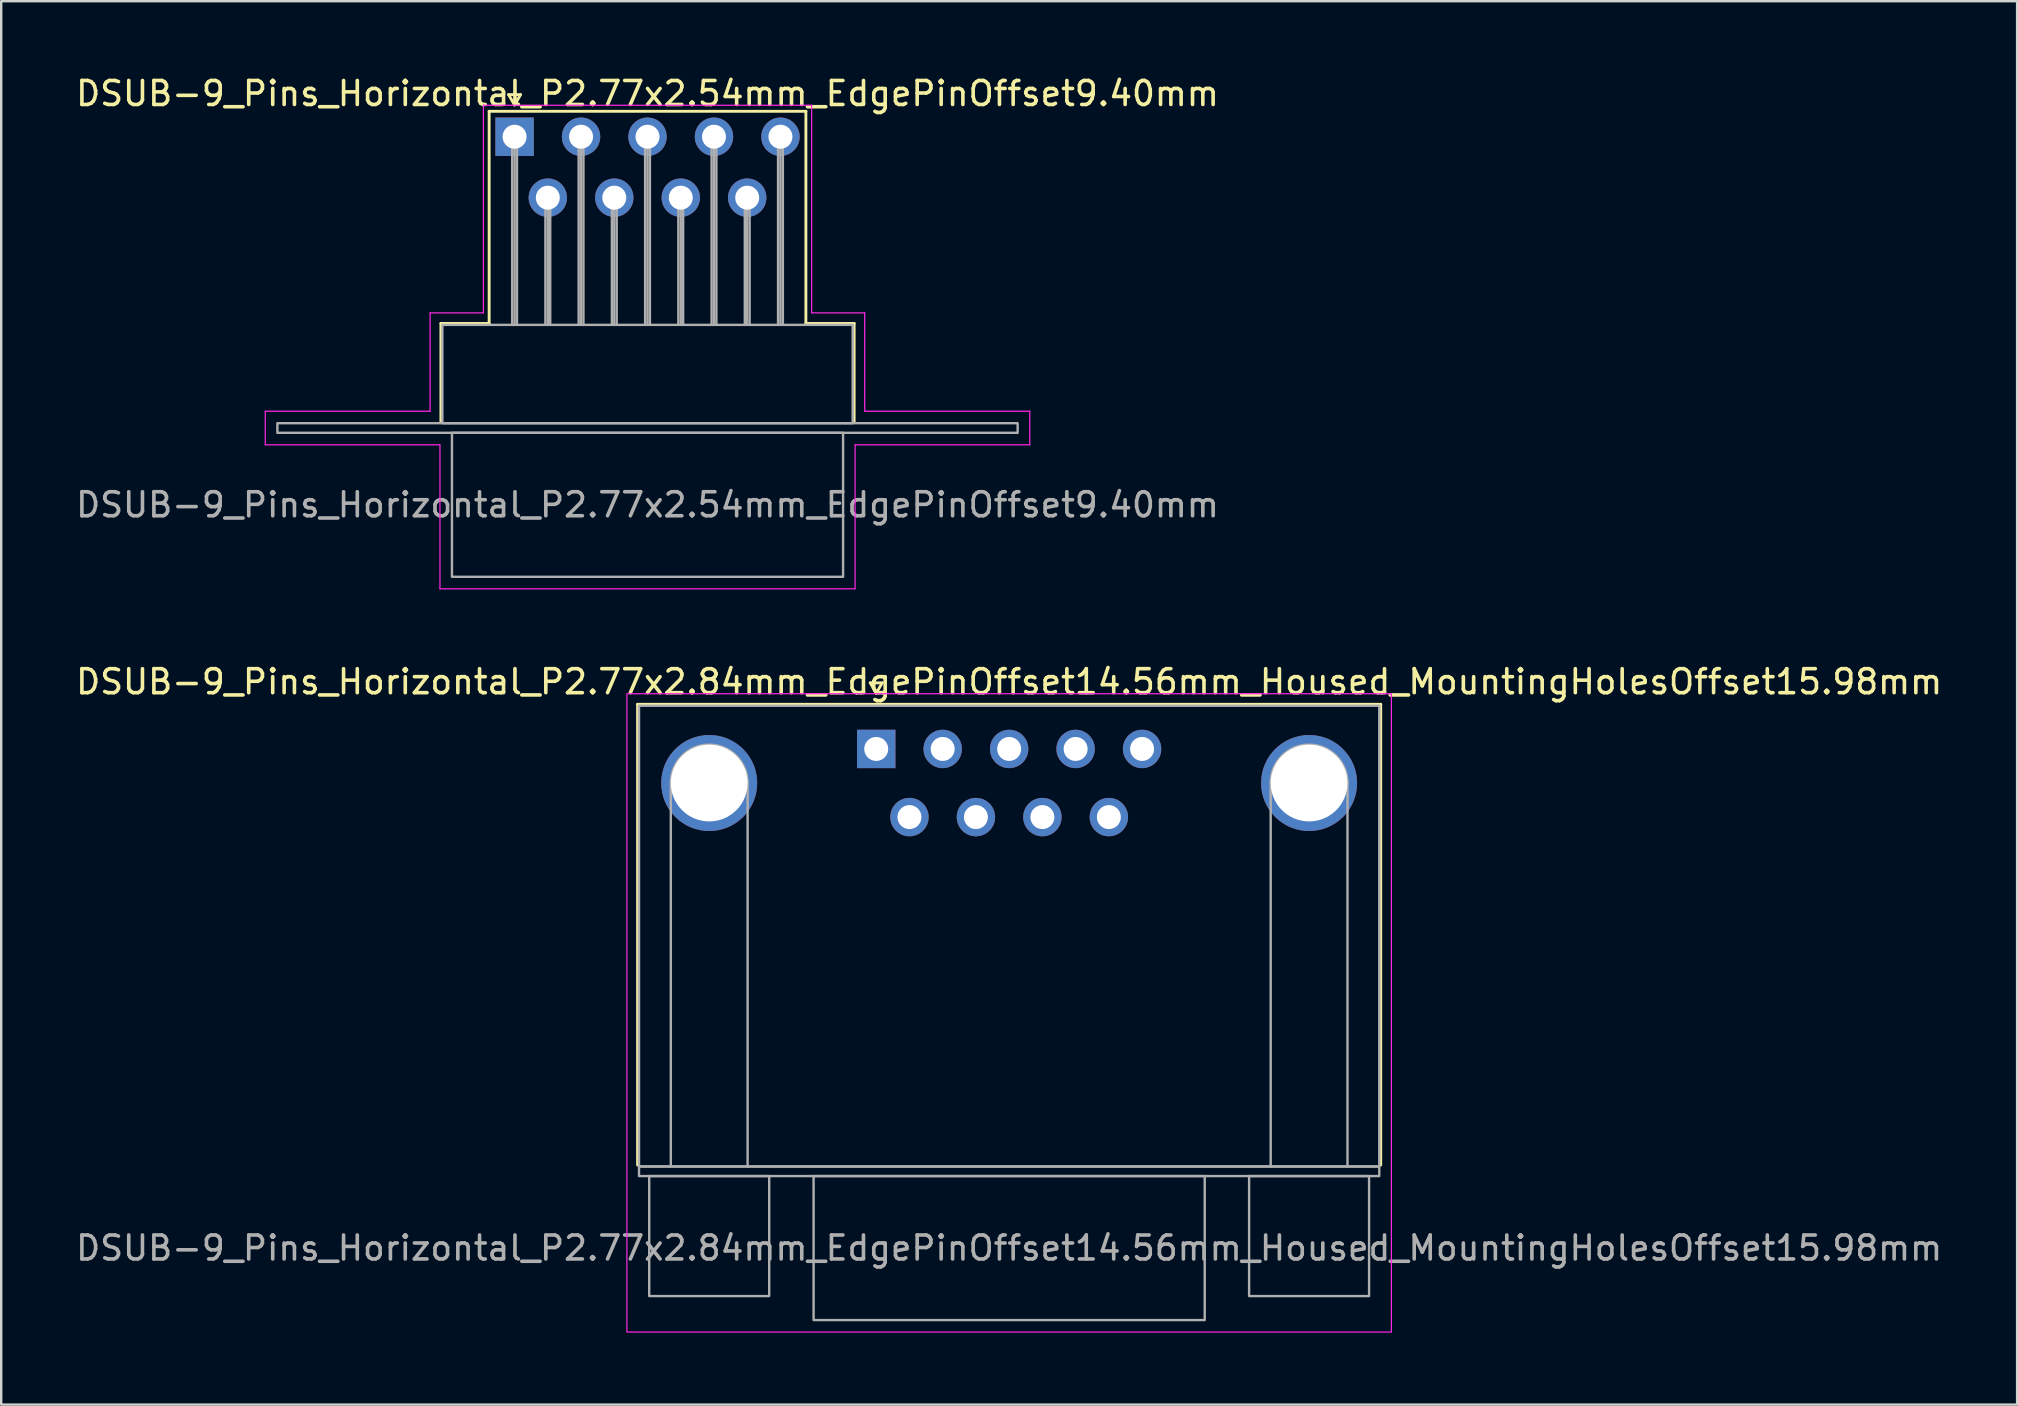
<source format=kicad_pcb>
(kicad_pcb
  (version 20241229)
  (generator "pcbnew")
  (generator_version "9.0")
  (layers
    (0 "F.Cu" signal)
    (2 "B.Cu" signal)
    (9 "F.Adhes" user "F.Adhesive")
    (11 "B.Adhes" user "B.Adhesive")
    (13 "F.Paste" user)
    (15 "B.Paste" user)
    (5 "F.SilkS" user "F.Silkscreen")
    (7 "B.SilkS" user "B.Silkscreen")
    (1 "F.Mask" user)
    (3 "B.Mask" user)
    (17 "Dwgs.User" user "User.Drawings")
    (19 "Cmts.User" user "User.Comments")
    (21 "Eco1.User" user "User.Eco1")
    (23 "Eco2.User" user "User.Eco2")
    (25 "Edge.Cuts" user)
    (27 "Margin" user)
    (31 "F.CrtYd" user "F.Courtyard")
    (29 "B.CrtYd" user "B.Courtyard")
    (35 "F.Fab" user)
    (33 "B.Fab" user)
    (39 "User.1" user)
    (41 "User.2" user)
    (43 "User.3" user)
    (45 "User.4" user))
  (footprint "DSUB-9_Pins_Horizontal_P2.77x2.54mm_EdgePinOffset9.40mm"
    (layer "F.Cu")
    (at 18.395 2.648)
    (property "Reference" "DSUB-9_Pins_Horizontal_P2.77x2.54mm_EdgePinOffset9.40mm" (at 5.54 -1.8 0) (layer "F.SilkS") (effects (font (size 1 1) (thickness 0.15))))
    (attr through_hole)
    (fp_line (start -3.07 7.78) (end -1.06 7.78) (stroke (width 0.12) (type solid)) (layer "F.SilkS"))
    (fp_line (start -3.07 11.88) (end -3.07 7.78) (stroke (width 0.12) (type solid)) (layer "F.SilkS"))
    (fp_line (start -1.06 -1.06) (end 12.14 -1.06) (stroke (width 0.12) (type solid)) (layer "F.SilkS"))
    (fp_line (start -1.06 7.78) (end -1.06 -1.06) (stroke (width 0.12) (type solid)) (layer "F.SilkS"))
    (fp_line (start -0.25 -1.754) (end 0.25 -1.754) (stroke (width 0.12) (type solid)) (layer "F.SilkS"))
    (fp_line (start 0 -1.321) (end -0.25 -1.754) (stroke (width 0.12) (type solid)) (layer "F.SilkS"))
    (fp_line (start 0.25 -1.754) (end 0 -1.321) (stroke (width 0.12) (type solid)) (layer "F.SilkS"))
    (fp_line (start 12.14 -1.06) (end 12.14 7.78) (stroke (width 0.12) (type solid)) (layer "F.SilkS"))
    (fp_line (start 12.14 7.78) (end 14.15 7.78) (stroke (width 0.12) (type solid)) (layer "F.SilkS"))
    (fp_line (start 14.15 7.78) (end 14.15 11.88) (stroke (width 0.12) (type solid)) (layer "F.SilkS"))
    (fp_line (start -10.39 11.44) (end -3.52 11.44) (stroke (width 0.05) (type solid)) (layer "F.CrtYd"))
    (fp_line (start -10.39 12.84) (end -10.39 11.44) (stroke (width 0.05) (type solid)) (layer "F.CrtYd"))
    (fp_line (start -3.52 7.34) (end -1.3 7.34) (stroke (width 0.05) (type solid)) (layer "F.CrtYd"))
    (fp_line (start -3.52 11.44) (end -3.52 7.34) (stroke (width 0.05) (type solid)) (layer "F.CrtYd"))
    (fp_line (start -3.11 12.84) (end -10.39 12.84) (stroke (width 0.05) (type solid)) (layer "F.CrtYd"))
    (fp_line (start -3.11 18.84) (end -3.11 12.84) (stroke (width 0.05) (type solid)) (layer "F.CrtYd"))
    (fp_line (start -1.3 -1.31) (end 12.38 -1.31) (stroke (width 0.05) (type solid)) (layer "F.CrtYd"))
    (fp_line (start -1.3 7.34) (end -1.3 -1.31) (stroke (width 0.05) (type solid)) (layer "F.CrtYd"))
    (fp_line (start 12.38 -1.31) (end 12.38 7.34) (stroke (width 0.05) (type solid)) (layer "F.CrtYd"))
    (fp_line (start 12.38 7.34) (end 14.59 7.34) (stroke (width 0.05) (type solid)) (layer "F.CrtYd"))
    (fp_line (start 14.19 12.84) (end 14.19 18.84) (stroke (width 0.05) (type solid)) (layer "F.CrtYd"))
    (fp_line (start 14.19 18.84) (end -3.11 18.84) (stroke (width 0.05) (type solid)) (layer "F.CrtYd"))
    (fp_line (start 14.59 7.34) (end 14.59 11.44) (stroke (width 0.05) (type solid)) (layer "F.CrtYd"))
    (fp_line (start 14.59 11.44) (end 21.47 11.44) (stroke (width 0.05) (type solid)) (layer "F.CrtYd"))
    (fp_line (start 21.47 11.44) (end 21.47 12.84) (stroke (width 0.05) (type solid)) (layer "F.CrtYd"))
    (fp_line (start 21.47 12.84) (end 14.19 12.84) (stroke (width 0.05) (type solid)) (layer "F.CrtYd"))
    (fp_line (start -0.1 0) (end -0.1 7.84) (stroke (width 0.1) (type solid)) (layer "F.Fab"))
    (fp_line (start 0 0) (end 0 7.84) (stroke (width 0.1) (type solid)) (layer "F.Fab"))
    (fp_line (start 0.1 0) (end 0.1 7.84) (stroke (width 0.1) (type solid)) (layer "F.Fab"))
    (fp_line (start 1.285 2.54) (end 1.285 7.84) (stroke (width 0.1) (type solid)) (layer "F.Fab"))
    (fp_line (start 1.385 2.54) (end 1.385 7.84) (stroke (width 0.1) (type solid)) (layer "F.Fab"))
    (fp_line (start 1.485 2.54) (end 1.485 7.84) (stroke (width 0.1) (type solid)) (layer "F.Fab"))
    (fp_line (start 2.67 0) (end 2.67 7.84) (stroke (width 0.1) (type solid)) (layer "F.Fab"))
    (fp_line (start 2.77 0) (end 2.77 7.84) (stroke (width 0.1) (type solid)) (layer "F.Fab"))
    (fp_line (start 2.87 0) (end 2.87 7.84) (stroke (width 0.1) (type solid)) (layer "F.Fab"))
    (fp_line (start 4.055 2.54) (end 4.055 7.84) (stroke (width 0.1) (type solid)) (layer "F.Fab"))
    (fp_line (start 4.155 2.54) (end 4.155 7.84) (stroke (width 0.1) (type solid)) (layer "F.Fab"))
    (fp_line (start 4.255 2.54) (end 4.255 7.84) (stroke (width 0.1) (type solid)) (layer "F.Fab"))
    (fp_line (start 5.44 0) (end 5.44 7.84) (stroke (width 0.1) (type solid)) (layer "F.Fab"))
    (fp_line (start 5.54 0) (end 5.54 7.84) (stroke (width 0.1) (type solid)) (layer "F.Fab"))
    (fp_line (start 5.64 0) (end 5.64 7.84) (stroke (width 0.1) (type solid)) (layer "F.Fab"))
    (fp_line (start 6.825 2.54) (end 6.825 7.84) (stroke (width 0.1) (type solid)) (layer "F.Fab"))
    (fp_line (start 6.925 2.54) (end 6.925 7.84) (stroke (width 0.1) (type solid)) (layer "F.Fab"))
    (fp_line (start 7.025 2.54) (end 7.025 7.84) (stroke (width 0.1) (type solid)) (layer "F.Fab"))
    (fp_line (start 8.21 0) (end 8.21 7.84) (stroke (width 0.1) (type solid)) (layer "F.Fab"))
    (fp_line (start 8.31 0) (end 8.31 7.84) (stroke (width 0.1) (type solid)) (layer "F.Fab"))
    (fp_line (start 8.41 0) (end 8.41 7.84) (stroke (width 0.1) (type solid)) (layer "F.Fab"))
    (fp_line (start 9.595 2.54) (end 9.595 7.84) (stroke (width 0.1) (type solid)) (layer "F.Fab"))
    (fp_line (start 9.695 2.54) (end 9.695 7.84) (stroke (width 0.1) (type solid)) (layer "F.Fab"))
    (fp_line (start 9.795 2.54) (end 9.795 7.84) (stroke (width 0.1) (type solid)) (layer "F.Fab"))
    (fp_line (start 10.98 0) (end 10.98 7.84) (stroke (width 0.1) (type solid)) (layer "F.Fab"))
    (fp_line (start 11.08 0) (end 11.08 7.84) (stroke (width 0.1) (type solid)) (layer "F.Fab"))
    (fp_line (start 11.18 0) (end 11.18 7.84) (stroke (width 0.1) (type solid)) (layer "F.Fab"))
    (fp_rect (start -9.885 11.94) (end 20.965 12.34) (stroke (width 0.1) (type solid)) (fill no) (layer "F.Fab"))
    (fp_rect (start -3.01 7.84) (end 14.09 11.94) (stroke (width 0.1) (type solid)) (fill no) (layer "F.Fab"))
    (fp_rect (start -2.61 12.34) (end 13.69 18.34) (stroke (width 0.1) (type solid)) (fill no) (layer "F.Fab"))
    (fp_text user "${REFERENCE}" (at 5.54 15.34 0) (layer "F.Fab") (effects (font (size 1 1) (thickness 0.15))))
    (pad "1" thru_hole rect (at 0 0) (size 1.6 1.6) (drill 1) (layers "*.Cu" "*.Mask"))
    (pad "2" thru_hole circle (at 2.77 0) (size 1.6 1.6) (drill 1) (layers "*.Cu" "*.Mask"))
    (pad "3" thru_hole circle (at 5.54 0) (size 1.6 1.6) (drill 1) (layers "*.Cu" "*.Mask"))
    (pad "4" thru_hole circle (at 8.31 0) (size 1.6 1.6) (drill 1) (layers "*.Cu" "*.Mask"))
    (pad "5" thru_hole circle (at 11.08 0) (size 1.6 1.6) (drill 1) (layers "*.Cu" "*.Mask"))
    (pad "6" thru_hole circle (at 1.385 2.54) (size 1.6 1.6) (drill 1) (layers "*.Cu" "*.Mask"))
    (pad "7" thru_hole circle (at 4.155 2.54) (size 1.6 1.6) (drill 1) (layers "*.Cu" "*.Mask"))
    (pad "8" thru_hole circle (at 6.925 2.54) (size 1.6 1.6) (drill 1) (layers "*.Cu" "*.Mask"))
    (pad "9" thru_hole circle (at 9.695 2.54) (size 1.6 1.6) (drill 1) (layers "*.Cu" "*.Mask")))
  (footprint "DSUB-9_Pins_Horizontal_P2.77x2.84mm_EdgePinOffset14.56mm_Housed_MountingHolesOffset15.98mm"
    (layer "F.Cu")
    (at 33.466 28.162)
    (property "Reference" "DSUB-9_Pins_Horizontal_P2.77x2.84mm_EdgePinOffset14.56mm_Housed_MountingHolesOffset15.98mm" (at 5.54 -2.8 0) (layer "F.SilkS") (effects (font (size 1 1) (thickness 0.15))))
    (attr through_hole)
    (fp_line (start -9.945 -1.86) (end 21.025 -1.86) (stroke (width 0.12) (type solid)) (layer "F.SilkS"))
    (fp_line (start -9.945 17.34) (end -9.945 -1.86) (stroke (width 0.12) (type solid)) (layer "F.SilkS"))
    (fp_line (start -0.25 -2.754) (end 0.25 -2.754) (stroke (width 0.12) (type solid)) (layer "F.SilkS"))
    (fp_line (start 0 -2.321) (end -0.25 -2.754) (stroke (width 0.12) (type solid)) (layer "F.SilkS"))
    (fp_line (start 0.25 -2.754) (end 0 -2.321) (stroke (width 0.12) (type solid)) (layer "F.SilkS"))
    (fp_line (start 21.025 -1.86) (end 21.025 17.34) (stroke (width 0.12) (type solid)) (layer "F.SilkS"))
    (fp_rect (start -10.39 -2.3) (end 21.47 24.3) (stroke (width 0.05) (type solid)) (fill no) (layer "F.CrtYd"))
    (fp_line (start -8.56 17.4) (end -8.56 1.42) (stroke (width 0.1) (type solid)) (layer "F.Fab"))
    (fp_line (start -5.36 17.4) (end -5.36 1.42) (stroke (width 0.1) (type solid)) (layer "F.Fab"))
    (fp_line (start 16.44 17.4) (end 16.44 1.42) (stroke (width 0.1) (type solid)) (layer "F.Fab"))
    (fp_line (start 19.64 17.4) (end 19.64 1.42) (stroke (width 0.1) (type solid)) (layer "F.Fab"))
    (fp_rect (start -9.885 -1.8) (end 20.965 17.4) (stroke (width 0.1) (type solid)) (fill no) (layer "F.Fab"))
    (fp_rect (start -9.885 17.4) (end 20.965 17.8) (stroke (width 0.1) (type solid)) (fill no) (layer "F.Fab"))
    (fp_rect (start -9.46 17.8) (end -4.46 22.8) (stroke (width 0.1) (type solid)) (fill no) (layer "F.Fab"))
    (fp_rect (start -2.61 17.8) (end 13.69 23.8) (stroke (width 0.1) (type solid)) (fill no) (layer "F.Fab"))
    (fp_rect (start 15.54 17.8) (end 20.54 22.8) (stroke (width 0.1) (type solid)) (fill no) (layer "F.Fab"))
    (fp_arc (start -8.56 1.42) (mid -6.96 -0.18) (end -5.36 1.42) (stroke (width 0.1) (type solid)) (layer "F.Fab"))
    (fp_arc (start 16.44 1.42) (mid 18.04 -0.18) (end 19.64 1.42) (stroke (width 0.1) (type solid)) (layer "F.Fab"))
    (fp_text user "${REFERENCE}" (at 5.54 20.8 0) (layer "F.Fab") (effects (font (size 1 1) (thickness 0.15))))
    (pad "1" thru_hole rect (at 0 0) (size 1.6 1.6) (drill 1) (layers "*.Cu" "*.Mask"))
    (pad "2" thru_hole circle (at 2.77 0) (size 1.6 1.6) (drill 1) (layers "*.Cu" "*.Mask"))
    (pad "3" thru_hole circle (at 5.54 0) (size 1.6 1.6) (drill 1) (layers "*.Cu" "*.Mask"))
    (pad "4" thru_hole circle (at 8.31 0) (size 1.6 1.6) (drill 1) (layers "*.Cu" "*.Mask"))
    (pad "5" thru_hole circle (at 11.08 0) (size 1.6 1.6) (drill 1) (layers "*.Cu" "*.Mask"))
    (pad "6" thru_hole circle (at 1.385 2.84) (size 1.6 1.6) (drill 1) (layers "*.Cu" "*.Mask"))
    (pad "7" thru_hole circle (at 4.155 2.84) (size 1.6 1.6) (drill 1) (layers "*.Cu" "*.Mask"))
    (pad "8" thru_hole circle (at 6.925 2.84) (size 1.6 1.6) (drill 1) (layers "*.Cu" "*.Mask"))
    (pad "9" thru_hole circle (at 9.695 2.84) (size 1.6 1.6) (drill 1) (layers "*.Cu" "*.Mask"))
    (pad "SH" thru_hole circle (at -6.96 1.42) (size 4 4) (drill 3.2) (layers "*.Cu" "*.Mask"))
    (pad "SH" thru_hole circle (at 18.04 1.42) (size 4 4) (drill 3.2) (layers "*.Cu" "*.Mask")))
  (gr_rect
    (start -3 -3)
    (end 81.012 55.486)
    (stroke (width 0.1) (type default))
    (fill no)
    (layer "Edge.Cuts")))
</source>
